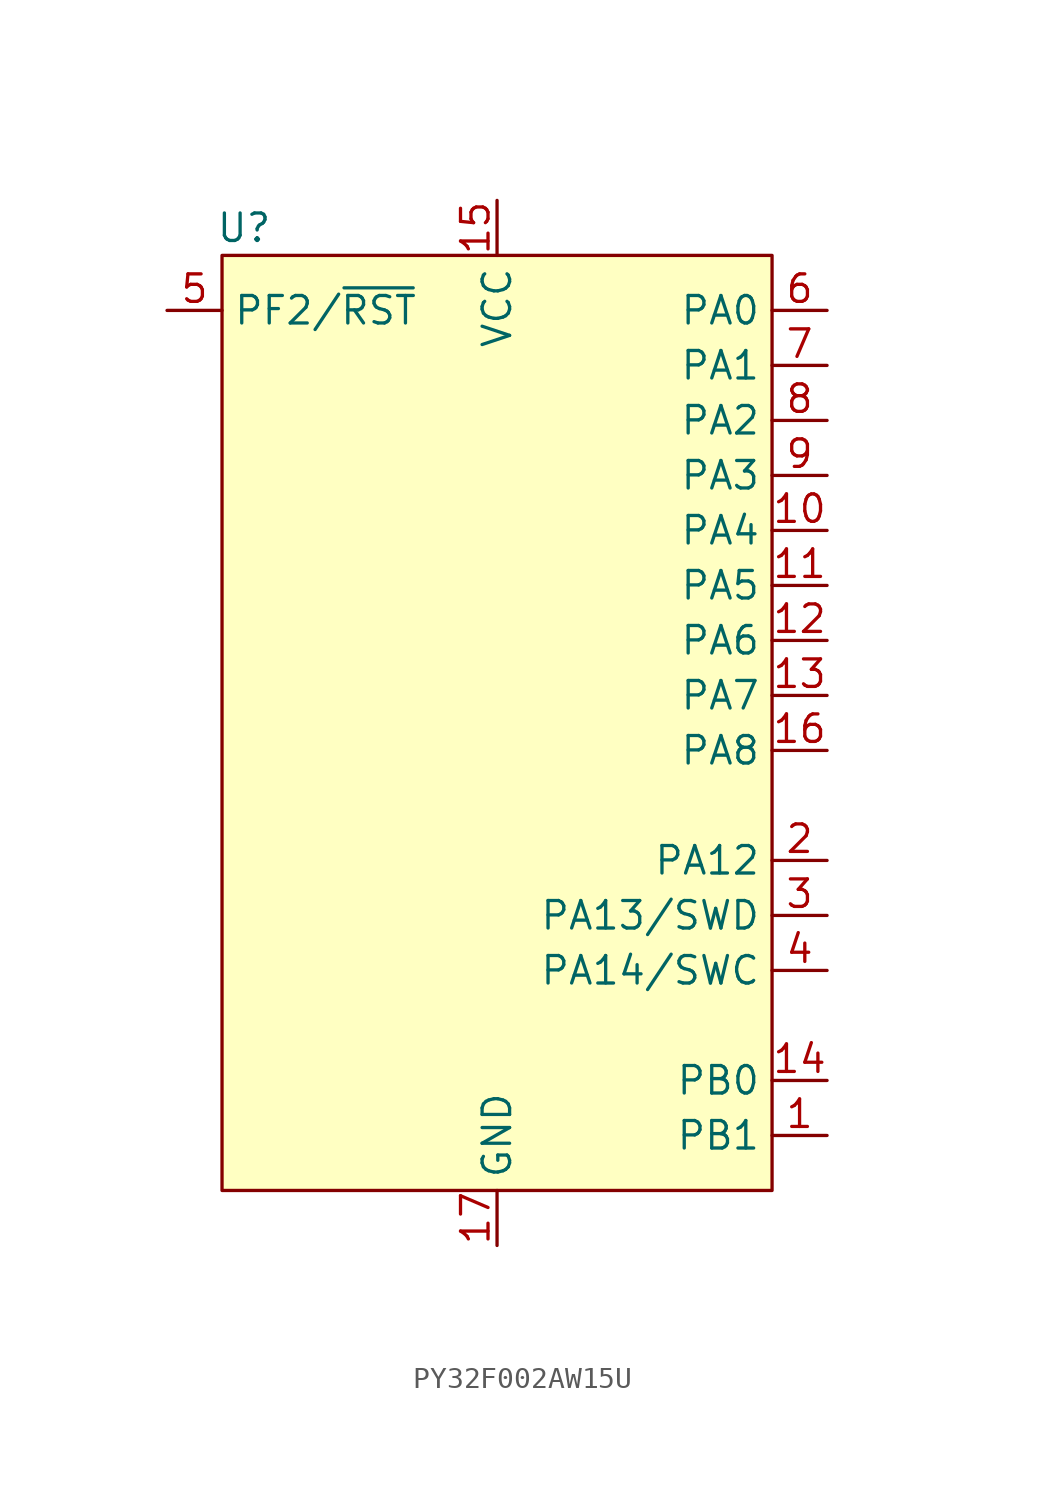
<source format=kicad_sym>
(kicad_symbol_lib
  (version 20231120)
  (generator "kicad_symbol_editor")
  (generator_version "8.0")
  (symbol "PY32F002AW15U"
    (property "Reference" "U"
      (at -11.684 21.59 0)
      (effects (font (size 1.27 1.27))))
    (property "Value" ""
      (at 17.78 10.16 0)
      (effects (font (size 1.27 1.27))))
    (symbol "PY32F002AW15U_1_1"
      (rectangle (start -12.7 20.32) (end 12.7 -22.86) (stroke (width 0) (type default)) (fill (type background)))
      (pin bidirectional line (at 15.24 -20.32 180) (length 2.54) (name "PB1" (effects (font (size 1.27 1.27)))) (number "1" (effects (font (size 1.27 1.27)))))
      (pin bidirectional line (at 15.24 7.62 180) (length 2.54) (name "PA4" (effects (font (size 1.27 1.27)))) (number "10" (effects (font (size 1.27 1.27)))))
      (pin bidirectional line (at 15.24 5.08 180) (length 2.54) (name "PA5" (effects (font (size 1.27 1.27)))) (number "11" (effects (font (size 1.27 1.27)))))
      (pin bidirectional line (at 15.24 2.54 180) (length 2.54) (name "PA6" (effects (font (size 1.27 1.27)))) (number "12" (effects (font (size 1.27 1.27)))))
      (pin bidirectional line (at 15.24 0 180) (length 2.54) (name "PA7" (effects (font (size 1.27 1.27)))) (number "13" (effects (font (size 1.27 1.27)))))
      (pin bidirectional line (at 15.24 -17.78 180) (length 2.54) (name "PB0" (effects (font (size 1.27 1.27)))) (number "14" (effects (font (size 1.27 1.27)))))
      (pin power_in line (at 0 22.86 270) (length 2.54) (name "VCC" (effects (font (size 1.27 1.27)))) (number "15" (effects (font (size 1.27 1.27)))))
      (pin bidirectional line (at 15.24 -2.54 180) (length 2.54) (name "PA8" (effects (font (size 1.27 1.27)))) (number "16" (effects (font (size 1.27 1.27)))))
      (pin bidirectional line (at 0 -25.4 90) (length 2.54) (name "GND" (effects (font (size 1.27 1.27)))) (number "17" (effects (font (size 1.27 1.27)))))
      (pin bidirectional line (at 15.24 -7.62 180) (length 2.54) (name "PA12" (effects (font (size 1.27 1.27)))) (number "2" (effects (font (size 1.27 1.27)))))
      (pin bidirectional line (at 15.24 -10.16 180) (length 2.54) (name "PA13/SWD" (effects (font (size 1.27 1.27)))) (number "3" (effects (font (size 1.27 1.27)))))
      (pin bidirectional line (at 15.24 -12.7 180) (length 2.54) (name "PA14/SWC" (effects (font (size 1.27 1.27)))) (number "4" (effects (font (size 1.27 1.27)))))
      (pin bidirectional line (at -15.24 17.78 0) (length 2.54) (name "PF2/~{RST}" (effects (font (size 1.27 1.27)))) (number "5" (effects (font (size 1.27 1.27)))))
      (pin bidirectional line (at 15.24 17.78 180) (length 2.54) (name "PA0" (effects (font (size 1.27 1.27)))) (number "6" (effects (font (size 1.27 1.27)))))
      (pin bidirectional line (at 15.24 15.24 180) (length 2.54) (name "PA1" (effects (font (size 1.27 1.27)))) (number "7" (effects (font (size 1.27 1.27)))))
      (pin bidirectional line (at 15.24 12.7 180) (length 2.54) (name "PA2" (effects (font (size 1.27 1.27)))) (number "8" (effects (font (size 1.27 1.27)))))
      (pin bidirectional line (at 15.24 10.16 180) (length 2.54) (name "PA3" (effects (font (size 1.27 1.27)))) (number "9" (effects (font (size 1.27 1.27))))))))
</source>
